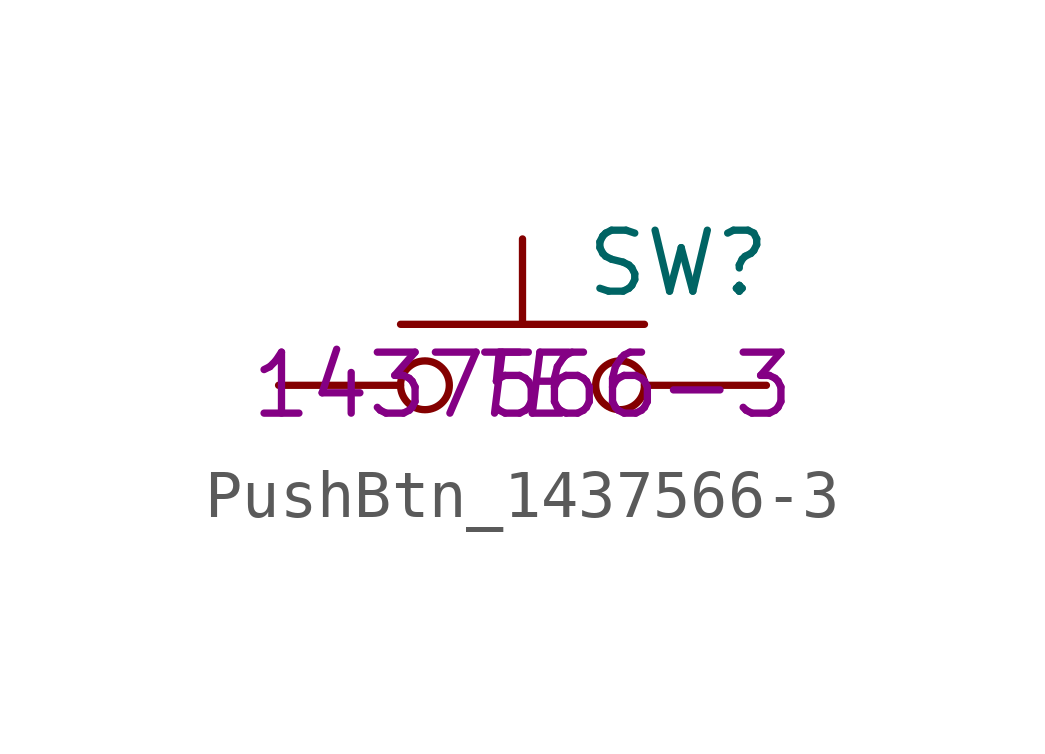
<source format=kicad_sym>
(kicad_symbol_lib
  (version 20211014)
  (generator kicad_symbol_editor)
  (symbol "PushBtn_1437566-3"
    (pin_numbers hide)
    (pin_names
      (offset 1.016) hide)
    (property "Reference" "SW"
      (at 1.27 2.54 0)
      (effects (font (size 1.27 1.27)) (justify left)))
    (property "p/n" "1437566-3"
      (at 0 0 0)
      (effects (font (size 1.27 1.27))))
    (property "Manuf" "TE"
      (at 0 0 0)
      (effects (font (size 1.27 1.27) italic)))
    (symbol "PushBtn_1437566-3_0_1"
      (circle (center -2.032 0) (radius 0.508) (stroke (width 0) (type default) (color 0 0 0 0)) (fill (type none)))
      (polyline (pts (xy 0 1.27) (xy 0 3.048)) (stroke (width 0) (type default) (color 0 0 0 0)) (fill (type none)))
      (polyline (pts (xy 2.54 1.27) (xy -2.54 1.27)) (stroke (width 0) (type default) (color 0 0 0 0)) (fill (type none)))
      (circle (center 2.032 0) (radius 0.508) (stroke (width 0) (type default) (color 0 0 0 0)) (fill (type none)))
      (pin passive line (at -5.08 0 0) (length 2.54) (name "1" (effects (font (size 1.27 1.27)))) (number "1" (effects (font (size 1.27 1.27)))))
      (pin passive line (at 5.08 0 180) (length 2.54) (name "2" (effects (font (size 1.27 1.27)))) (number "2" (effects (font (size 1.27 1.27))))))))
</source>
